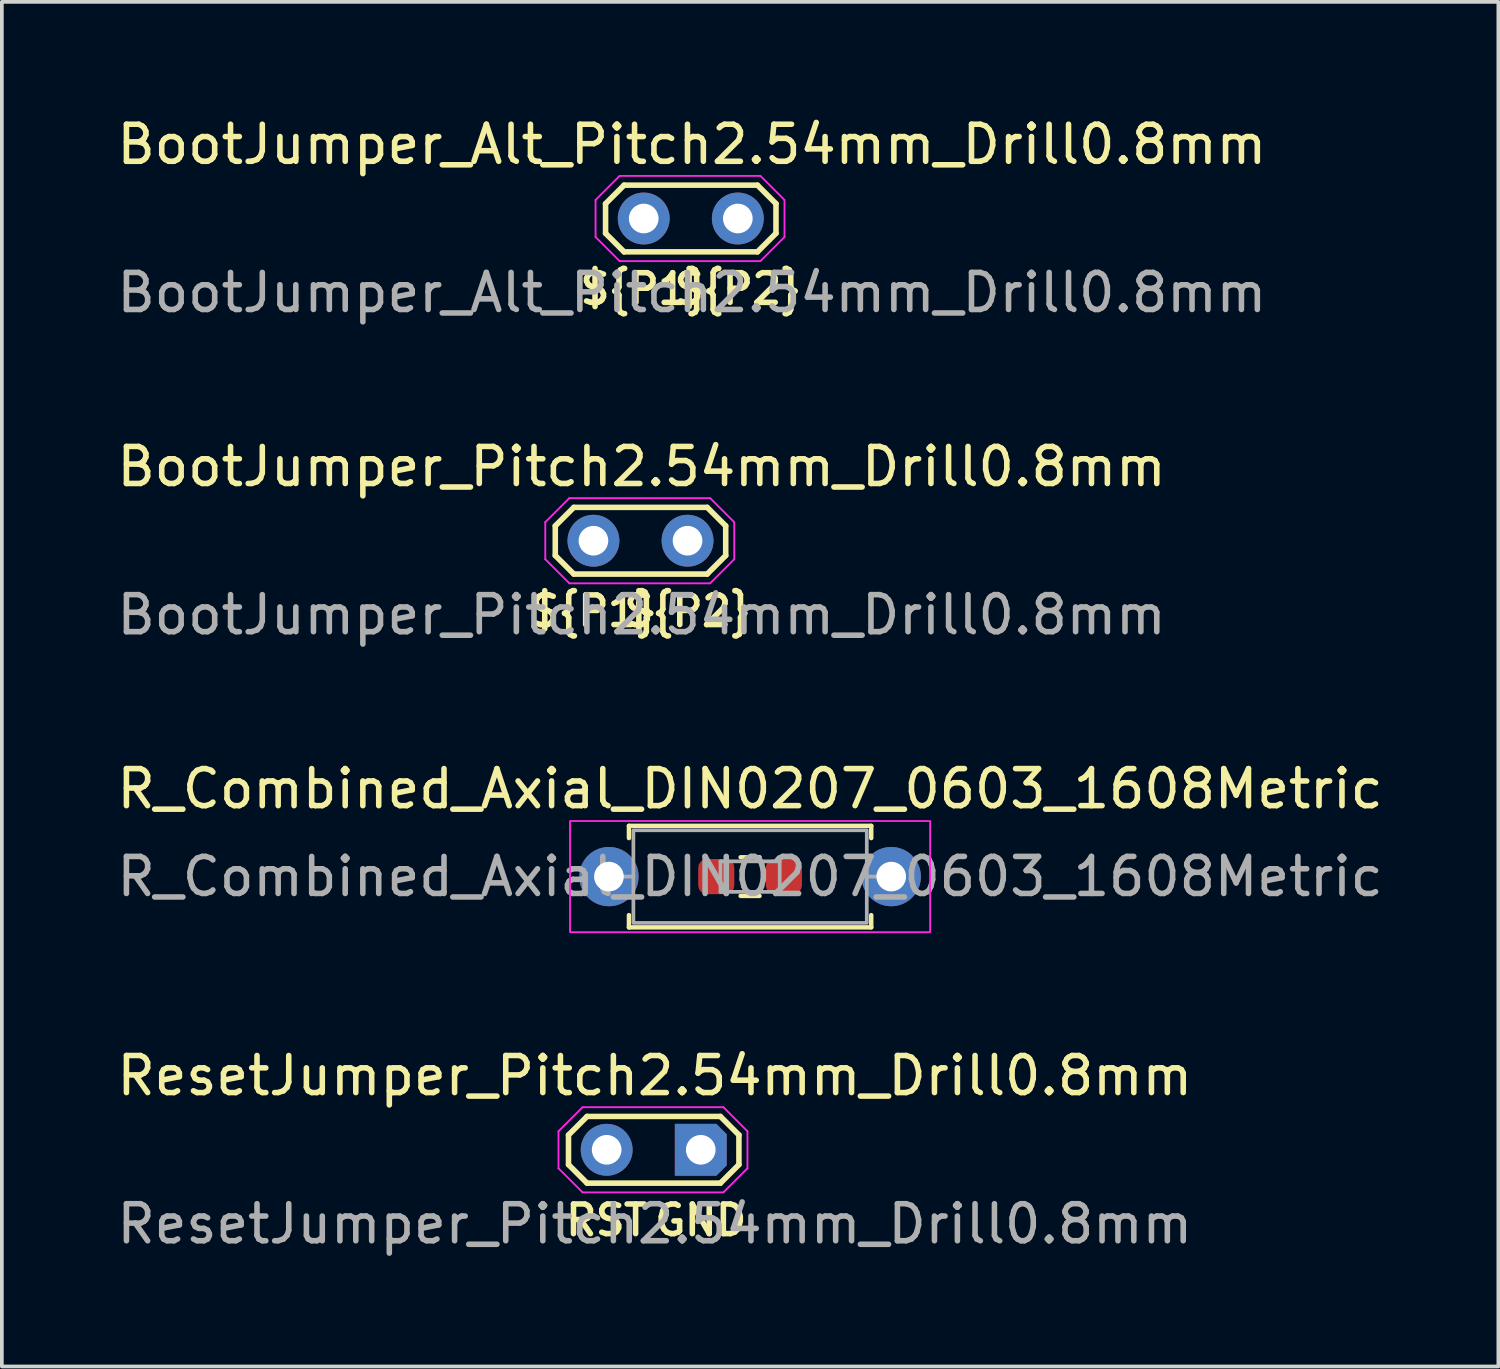
<source format=kicad_pcb>
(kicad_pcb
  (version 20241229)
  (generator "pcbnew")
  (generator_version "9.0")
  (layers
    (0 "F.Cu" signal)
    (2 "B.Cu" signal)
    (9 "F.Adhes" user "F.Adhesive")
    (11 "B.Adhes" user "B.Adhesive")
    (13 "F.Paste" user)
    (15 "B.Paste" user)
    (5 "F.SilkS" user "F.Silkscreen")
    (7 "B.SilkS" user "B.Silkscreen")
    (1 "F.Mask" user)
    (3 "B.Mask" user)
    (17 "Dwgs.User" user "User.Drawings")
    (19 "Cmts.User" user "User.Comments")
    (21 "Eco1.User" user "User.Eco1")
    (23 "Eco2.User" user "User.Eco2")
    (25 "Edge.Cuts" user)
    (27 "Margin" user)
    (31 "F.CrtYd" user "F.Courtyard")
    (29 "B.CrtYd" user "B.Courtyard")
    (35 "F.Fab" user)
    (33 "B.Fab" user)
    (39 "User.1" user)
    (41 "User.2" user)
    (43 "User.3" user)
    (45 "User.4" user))
  (footprint "BootJumper_Alt_Pitch2.54mm_Drill0.8mm"
    (layer "F.Cu")
    (at 14.325 2.848)
    (property "Reference" "BootJumper_Alt_Pitch2.54mm_Drill0.8mm" (at 1.3 -2 0) (layer "F.SilkS") (effects (font (size 1 1) (thickness 0.15))))
    (attr exclude_from_pos_files exclude_from_bom allow_missing_courtyard)
    (fp_line (start -1.03 -0.4) (end -0.53 -0.9) (stroke (width 0.15) (type solid)) (layer "F.SilkS"))
    (fp_line (start -1.03 0.4) (end -1.03 -0.4) (stroke (width 0.15) (type solid)) (layer "F.SilkS"))
    (fp_line (start -0.53 -0.9) (end 3.07 -0.9) (stroke (width 0.15) (type solid)) (layer "F.SilkS"))
    (fp_line (start -0.53 0.9) (end -1.03 0.4) (stroke (width 0.15) (type solid)) (layer "F.SilkS"))
    (fp_line (start 3.07 -0.9) (end 3.57 -0.4) (stroke (width 0.15) (type solid)) (layer "F.SilkS"))
    (fp_line (start 3.07 0.9) (end -0.53 0.9) (stroke (width 0.15) (type solid)) (layer "F.SilkS"))
    (fp_line (start 3.57 -0.4) (end 3.57 0.4) (stroke (width 0.15) (type solid)) (layer "F.SilkS"))
    (fp_line (start 3.57 0.4) (end 3.07 0.9) (stroke (width 0.15) (type solid)) (layer "F.SilkS"))
    (fp_line (start -1.3 -0.5) (end -1.3 0.5) (stroke (width 0.05) (type solid)) (layer "F.CrtYd"))
    (fp_line (start -1.3 0.5) (end -0.65 1.15) (stroke (width 0.05) (type solid)) (layer "F.CrtYd"))
    (fp_line (start -0.65 -1.15) (end -1.3 -0.5) (stroke (width 0.05) (type solid)) (layer "F.CrtYd"))
    (fp_line (start -0.65 1.15) (end 3.15 1.15) (stroke (width 0.05) (type solid)) (layer "F.CrtYd"))
    (fp_line (start 3.15 -1.15) (end -0.65 -1.15) (stroke (width 0.05) (type solid)) (layer "F.CrtYd"))
    (fp_line (start 3.15 1.15) (end 3.8 0.5) (stroke (width 0.05) (type solid)) (layer "F.CrtYd"))
    (fp_line (start 3.8 -0.5) (end 3.15 -1.15) (stroke (width 0.05) (type solid)) (layer "F.CrtYd"))
    (fp_line (start 3.8 0.5) (end 3.8 -0.5) (stroke (width 0.05) (type solid)) (layer "F.CrtYd"))
    (fp_text user "B           T" (at 1.27 0.07 0) (unlocked yes) (layer "B.Mask") (effects (font (face "League Spartan ExtraBold") (size 1.515 1.515) (thickness 0.275) (bold yes)) (justify mirror)))
    (fp_text user "${P1}" (at 0 1.9 0) (layer "F.SilkS") (effects (font (size 0.8 0.8) (thickness 0.15))))
    (fp_text user "${P2}" (at 2.54 1.9 0) (layer "F.SilkS") (effects (font (size 0.8 0.8) (thickness 0.15))))
    (fp_text user "${REFERENCE}" (at 1.3 2 0) (layer "F.Fab") (effects (font (size 1 1) (thickness 0.15))))
    (pad "1" thru_hole circle (at 0 0) (size 1.4 1.4) (drill 0.8) (layers "*.Cu" "*.Mask"))
    (pad "2" thru_hole circle (at 2.54 0) (size 1.4 1.4) (drill 0.8) (layers "*.Cu" "*.Mask")))
  (footprint "BootJumper_Pitch2.54mm_Drill0.8mm"
    (layer "F.Cu")
    (at 12.968 11.545)
    (property "Reference" "BootJumper_Pitch2.54mm_Drill0.8mm" (at 1.3 -2 0) (layer "F.SilkS") (effects (font (size 1 1) (thickness 0.15))))
    (attr exclude_from_pos_files exclude_from_bom allow_missing_courtyard)
    (fp_line (start -1.03 -0.4) (end -0.53 -0.9) (stroke (width 0.15) (type solid)) (layer "F.SilkS"))
    (fp_line (start -1.03 0.4) (end -1.03 -0.4) (stroke (width 0.15) (type solid)) (layer "F.SilkS"))
    (fp_line (start -0.53 -0.9) (end 3.07 -0.9) (stroke (width 0.15) (type solid)) (layer "F.SilkS"))
    (fp_line (start -0.53 0.9) (end -1.03 0.4) (stroke (width 0.15) (type solid)) (layer "F.SilkS"))
    (fp_line (start 3.07 -0.9) (end 3.57 -0.4) (stroke (width 0.15) (type solid)) (layer "F.SilkS"))
    (fp_line (start 3.07 0.9) (end -0.53 0.9) (stroke (width 0.15) (type solid)) (layer "F.SilkS"))
    (fp_line (start 3.57 -0.4) (end 3.57 0.4) (stroke (width 0.15) (type solid)) (layer "F.SilkS"))
    (fp_line (start 3.57 0.4) (end 3.07 0.9) (stroke (width 0.15) (type solid)) (layer "F.SilkS"))
    (fp_line (start -1.3 -0.5) (end -1.3 0.5) (stroke (width 0.05) (type solid)) (layer "F.CrtYd"))
    (fp_line (start -1.3 0.5) (end -0.65 1.15) (stroke (width 0.05) (type solid)) (layer "F.CrtYd"))
    (fp_line (start -0.65 -1.15) (end -1.3 -0.5) (stroke (width 0.05) (type solid)) (layer "F.CrtYd"))
    (fp_line (start -0.65 1.15) (end 3.15 1.15) (stroke (width 0.05) (type solid)) (layer "F.CrtYd"))
    (fp_line (start 3.15 -1.15) (end -0.65 -1.15) (stroke (width 0.05) (type solid)) (layer "F.CrtYd"))
    (fp_line (start 3.15 1.15) (end 3.8 0.5) (stroke (width 0.05) (type solid)) (layer "F.CrtYd"))
    (fp_line (start 3.8 -0.5) (end 3.15 -1.15) (stroke (width 0.05) (type solid)) (layer "F.CrtYd"))
    (fp_line (start 3.8 0.5) (end 3.8 -0.5) (stroke (width 0.05) (type solid)) (layer "F.CrtYd"))
    (fp_text user "BOOT" (at 1.27 -1.7 0) (layer "B.Mask") (effects (font (face "Futura") (size 1 1) (thickness 0.2) (bold yes)) (justify mirror)))
    (fp_text user "${P2}" (at 2.54 1.9 0) (layer "F.SilkS") (effects (font (size 0.8 0.8) (thickness 0.15))))
    (fp_text user "${P1}" (at 0 1.9 0) (layer "F.SilkS") (effects (font (size 0.8 0.8) (thickness 0.15))))
    (fp_text user "${REFERENCE}" (at 1.3 2 0) (layer "F.Fab") (effects (font (size 1 1) (thickness 0.15))))
    (pad "1" thru_hole circle (at 0 0) (size 1.4 1.4) (drill 0.8) (layers "*.Cu" "*.Mask"))
    (pad "2" thru_hole circle (at 2.54 0) (size 1.4 1.4) (drill 0.8) (layers "*.Cu" "*.Mask")))
  (footprint "ResetJumper_Pitch2.54mm_Drill0.8mm"
    (layer "F.Cu")
    (at 13.325 27.985)
    (property "Reference" "ResetJumper_Pitch2.54mm_Drill0.8mm" (at 1.3 -2 0) (layer "F.SilkS") (effects (font (size 1 1) (thickness 0.15))))
    (attr exclude_from_pos_files exclude_from_bom allow_missing_courtyard)
    (fp_line (start -1.03 -0.4) (end -0.53 -0.9) (stroke (width 0.15) (type solid)) (layer "F.SilkS"))
    (fp_line (start -1.03 0.4) (end -1.03 -0.4) (stroke (width 0.15) (type solid)) (layer "F.SilkS"))
    (fp_line (start -0.53 -0.9) (end 3.07 -0.9) (stroke (width 0.15) (type solid)) (layer "F.SilkS"))
    (fp_line (start -0.53 0.9) (end -1.03 0.4) (stroke (width 0.15) (type solid)) (layer "F.SilkS"))
    (fp_line (start 3.07 -0.9) (end 3.57 -0.4) (stroke (width 0.15) (type solid)) (layer "F.SilkS"))
    (fp_line (start 3.07 0.9) (end -0.53 0.9) (stroke (width 0.15) (type solid)) (layer "F.SilkS"))
    (fp_line (start 3.57 -0.4) (end 3.57 0.4) (stroke (width 0.15) (type solid)) (layer "F.SilkS"))
    (fp_line (start 3.57 0.4) (end 3.07 0.9) (stroke (width 0.15) (type solid)) (layer "F.SilkS"))
    (fp_line (start -1.3 -0.5) (end -1.3 0.5) (stroke (width 0.05) (type solid)) (layer "F.CrtYd"))
    (fp_line (start -1.3 0.5) (end -0.65 1.15) (stroke (width 0.05) (type solid)) (layer "F.CrtYd"))
    (fp_line (start -0.65 -1.15) (end -1.3 -0.5) (stroke (width 0.05) (type solid)) (layer "F.CrtYd"))
    (fp_line (start -0.65 1.15) (end 3.15 1.15) (stroke (width 0.05) (type solid)) (layer "F.CrtYd"))
    (fp_line (start 3.15 -1.15) (end -0.65 -1.15) (stroke (width 0.05) (type solid)) (layer "F.CrtYd"))
    (fp_line (start 3.15 1.15) (end 3.8 0.5) (stroke (width 0.05) (type solid)) (layer "F.CrtYd"))
    (fp_line (start 3.8 -0.5) (end 3.15 -1.15) (stroke (width 0.05) (type solid)) (layer "F.CrtYd"))
    (fp_line (start 3.8 0.5) (end 3.8 -0.5) (stroke (width 0.05) (type solid)) (layer "F.CrtYd"))
    (fp_text user "RESET" (at 1.27 -1.7 0) (layer "B.Mask") (effects (font (face "League Spartan ExtraBold") (size 1 1) (thickness 0.2) (bold yes)) (justify mirror)))
    (fp_text user "GND" (at 2.54 1.9 0) (layer "F.SilkS") (effects (font (size 0.8 0.8) (thickness 0.15))))
    (fp_text user "RST" (at 0 1.9 0) (layer "F.SilkS") (effects (font (size 0.8 0.8) (thickness 0.15))))
    (fp_text user "${REFERENCE}" (at 1.3 2 0) (layer "F.Fab") (effects (font (size 1 1) (thickness 0.15))))
    (pad "1" thru_hole circle (at 0 0) (size 1.4 1.4) (drill 0.8) (layers "*.Cu" "*.Mask"))
    (pad "2" thru_hole roundrect (at 2.54 0) (size 1.4 1.4) (drill 0.8) (layers "*.Cu" "*.Mask") (roundrect_rratio 0) (chamfer_ratio 0.2) (chamfer top_right bottom_right)))
  (footprint "R_Combined_Axial_DIN0207_0603_1608Metric"
    (layer "F.Cu")
    (at 13.386 20.611)
    (property "Reference" "R_Combined_Axial_DIN0207_0603_1608Metric" (at 3.81 -2.37 0) (layer "F.SilkS") (effects (font (size 1 1) (thickness 0.15))))
    (attr through_hole)
    (fp_line (start 0.54 -1.37) (end 7.08 -1.37) (stroke (width 0.12) (type solid)) (layer "F.SilkS"))
    (fp_line (start 0.54 -1.04) (end 0.54 -1.37) (stroke (width 0.12) (type solid)) (layer "F.SilkS"))
    (fp_line (start 0.54 1.04) (end 0.54 1.37) (stroke (width 0.12) (type solid)) (layer "F.SilkS"))
    (fp_line (start 0.54 1.37) (end 7.08 1.37) (stroke (width 0.12) (type solid)) (layer "F.SilkS"))
    (fp_line (start 3.555 -0.522) (end 4.065 -0.522) (stroke (width 0.12) (type solid)) (layer "F.SilkS"))
    (fp_line (start 3.555 0.522) (end 4.065 0.522) (stroke (width 0.12) (type solid)) (layer "F.SilkS"))
    (fp_line (start 7.08 -1.37) (end 7.08 -1.04) (stroke (width 0.12) (type solid)) (layer "F.SilkS"))
    (fp_line (start 7.08 1.37) (end 7.08 1.04) (stroke (width 0.12) (type solid)) (layer "F.SilkS"))
    (fp_rect (start -1.05 -1.5) (end 8.67 1.5) (stroke (width 0.05) (type solid)) (fill no) (layer "F.CrtYd"))
    (fp_line (start 0 0) (end 0.66 0) (stroke (width 0.1) (type solid)) (layer "F.Fab"))
    (fp_line (start 3.01 -0.412) (end 4.61 -0.412) (stroke (width 0.1) (type solid)) (layer "F.Fab"))
    (fp_line (start 3.01 0.412) (end 3.01 -0.412) (stroke (width 0.1) (type solid)) (layer "F.Fab"))
    (fp_line (start 4.61 -0.412) (end 4.61 0.412) (stroke (width 0.1) (type solid)) (layer "F.Fab"))
    (fp_line (start 4.61 0.412) (end 3.01 0.412) (stroke (width 0.1) (type solid)) (layer "F.Fab"))
    (fp_line (start 7.62 0) (end 6.96 0) (stroke (width 0.1) (type solid)) (layer "F.Fab"))
    (fp_rect (start 0.66 -1.25) (end 6.96 1.25) (stroke (width 0.1) (type solid)) (fill no) (layer "F.Fab"))
    (fp_text user "${REFERENCE}" (at 3.81 0 0) (layer "F.Fab") (effects (font (size 1 1) (thickness 0.15))))
    (pad "1" thru_hole circle (at 0 0) (size 1.6 1.6) (drill 0.8) (layers "*.Cu" "*.Mask"))
    (pad "1" smd roundrect (at 2.897 0) (size 0.975 0.95) (layers "F.Cu" "F.Mask" "F.Paste") (roundrect_rratio 0.25))
    (pad "2" smd roundrect (at 4.723 0) (size 0.975 0.95) (layers "F.Cu" "F.Mask" "F.Paste") (roundrect_rratio 0.25))
    (pad "2" thru_hole circle (at 7.62 0) (size 1.6 1.6) (drill 0.8) (layers "*.Cu" "*.Mask")))
  (gr_rect
    (start -3 -3)
    (end 37.393 33.833)
    (stroke (width 0.1) (type default))
    (fill no)
    (layer "Edge.Cuts")))
</source>
